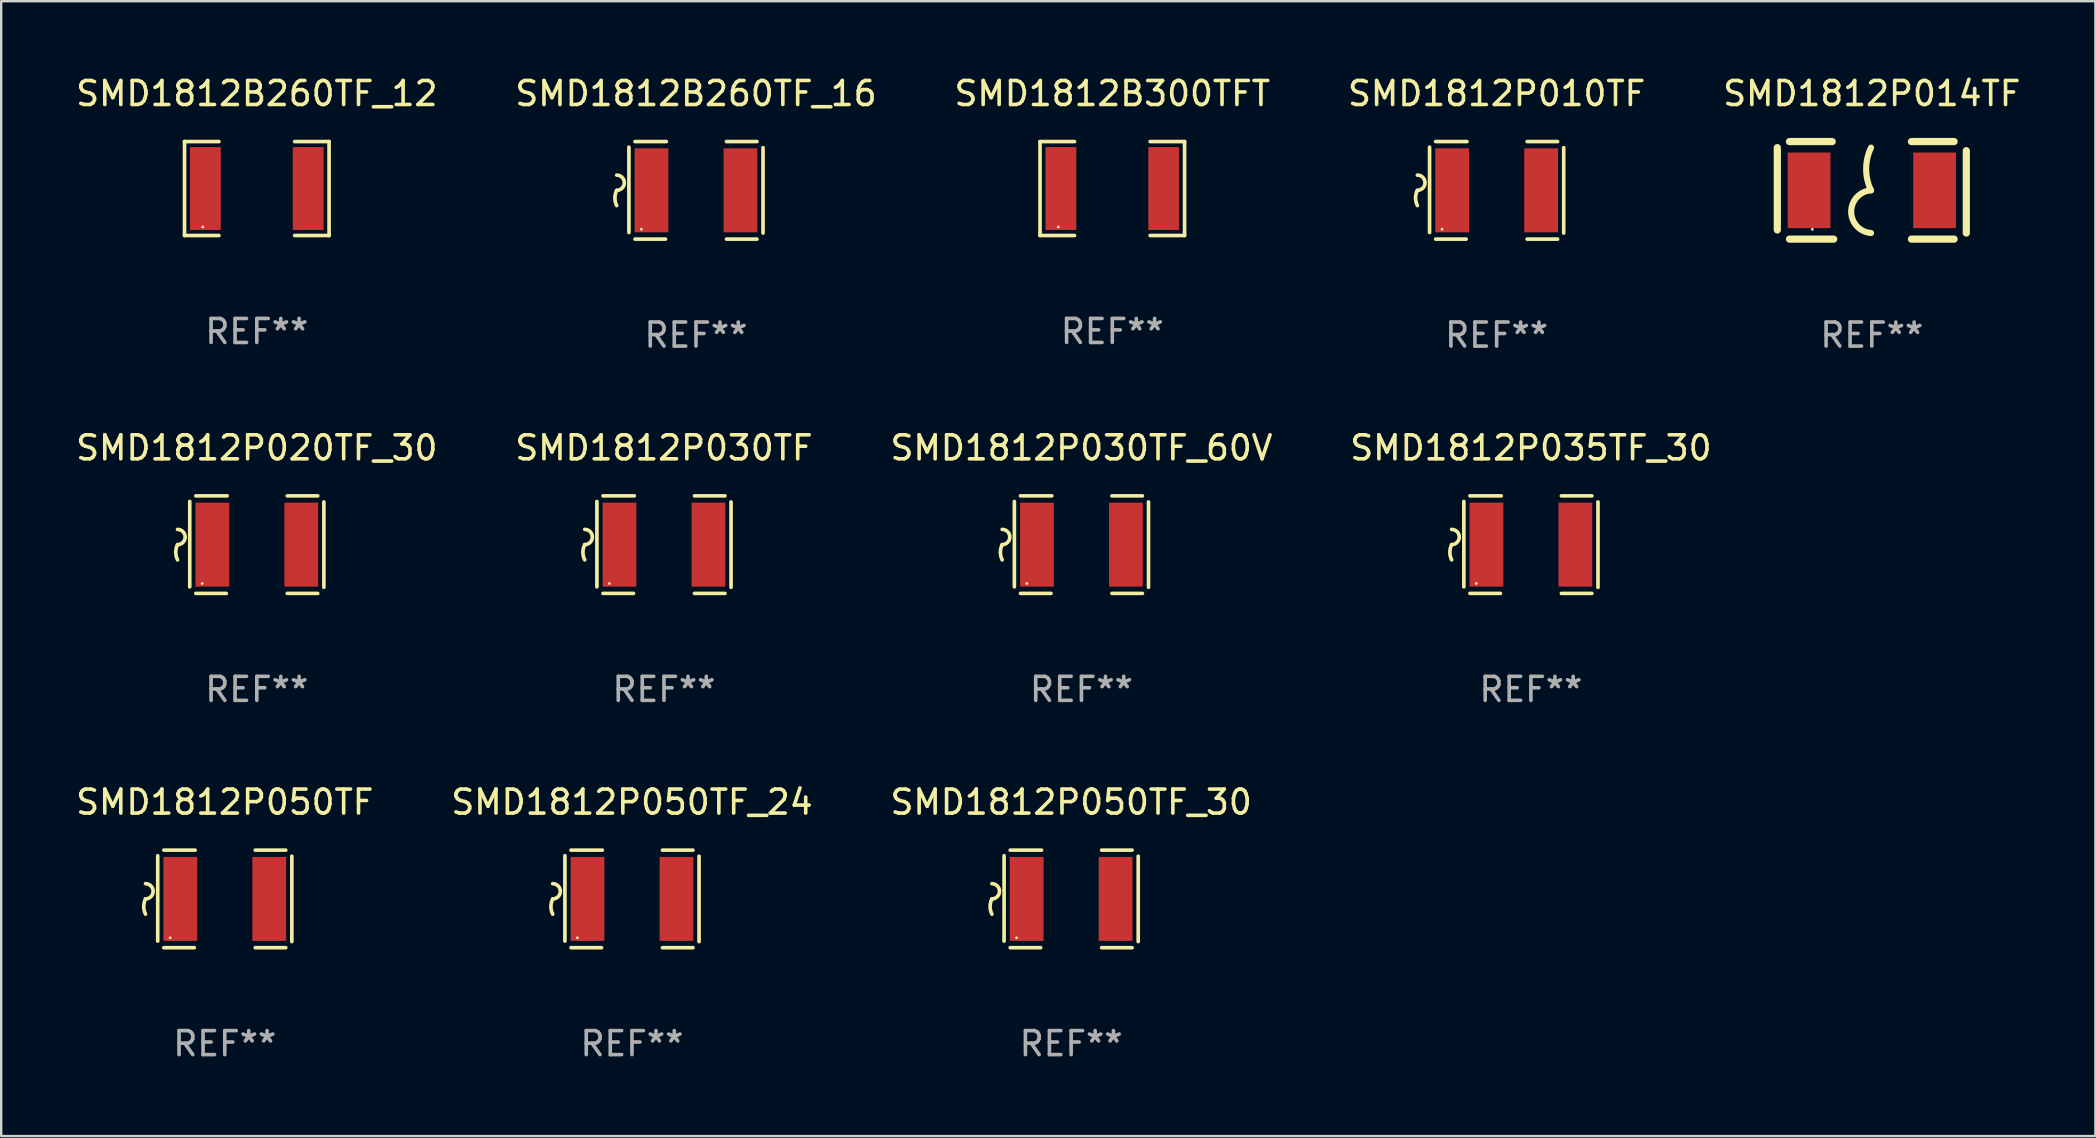
<source format=kicad_pcb>
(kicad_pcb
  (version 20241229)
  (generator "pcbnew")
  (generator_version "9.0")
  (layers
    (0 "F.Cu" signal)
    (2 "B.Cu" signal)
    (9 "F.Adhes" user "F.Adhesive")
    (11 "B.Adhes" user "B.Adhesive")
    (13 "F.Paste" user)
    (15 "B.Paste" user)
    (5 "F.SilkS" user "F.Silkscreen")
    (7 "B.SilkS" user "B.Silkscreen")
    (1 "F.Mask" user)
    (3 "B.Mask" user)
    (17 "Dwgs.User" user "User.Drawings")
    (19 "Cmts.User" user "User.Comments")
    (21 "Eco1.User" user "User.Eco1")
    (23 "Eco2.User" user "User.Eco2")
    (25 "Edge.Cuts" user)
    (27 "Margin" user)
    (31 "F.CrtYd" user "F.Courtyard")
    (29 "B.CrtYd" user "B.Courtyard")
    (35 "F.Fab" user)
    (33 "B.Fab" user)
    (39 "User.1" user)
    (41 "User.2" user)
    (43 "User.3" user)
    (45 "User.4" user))
  (footprint "SMD1812P030TF_60V"
    (layer "F.Cu")
    (at 42.006 19.641)
    (property "Reference" "SMD1812P030TF_60V" (at 0 -4.032 0) (layer "F.SilkS") (effects (font (size 1 1) (thickness 0.15))))
    (attr through_hole)
    (fp_line (start -2.794 -1.798) (end -2.794 1.758) (stroke (width 0.152) (type solid)) (layer "F.SilkS"))
    (fp_line (start -2.54 -2.032) (end -1.235 -2.032) (stroke (width 0.152) (type solid)) (layer "F.SilkS"))
    (fp_line (start -1.27 2.032) (end -2.54 2.032) (stroke (width 0.152) (type solid)) (layer "F.SilkS"))
    (fp_line (start 1.27 2.032) (end 2.54 2.032) (stroke (width 0.152) (type solid)) (layer "F.SilkS"))
    (fp_line (start 2.54 -2.032) (end 1.27 -2.032) (stroke (width 0.152) (type solid)) (layer "F.SilkS"))
    (fp_line (start 2.794 -1.778) (end 2.794 1.778) (stroke (width 0.152) (type solid)) (layer "F.SilkS"))
    (fp_arc (start -3.302007 -0.635002) (mid -2.984506 -0.317501) (end -3.302007 0) (stroke (width 0.151994) (type solid)) (layer "F.SilkS"))
    (fp_arc (start -3.302007 0.635002) (mid -3.376959 0.317501) (end -3.302007 0) (stroke (width 0.151994) (type solid)) (layer "F.SilkS"))
    (fp_circle (center -2.275 1.62) (end -2.245 1.62) (stroke (width 0.06) (type solid)) (fill no) (layer "F.SilkS"))
    (fp_text user "REF**" (at 0 6.032 0) (layer "F.Fab") (effects (font (size 1 1) (thickness 0.15))))
    (pad "1" smd rect (at -1.853 0) (size 1.407 3.499) (layers "F.Cu" "F.Mask" "F.Paste"))
    (pad "2" smd rect (at 1.853 0) (size 1.407 3.499) (layers "F.Cu" "F.Mask" "F.Paste")))
  (footprint "SMD1812P020TF_30"
    (layer "F.Cu")
    (at 7.649 19.641)
    (property "Reference" "SMD1812P020TF_30" (at 0 -4.032 0) (layer "F.SilkS") (effects (font (size 1 1) (thickness 0.15))))
    (attr through_hole)
    (fp_line (start -2.794 -1.798) (end -2.794 1.758) (stroke (width 0.152) (type solid)) (layer "F.SilkS"))
    (fp_line (start -2.54 -2.032) (end -1.235 -2.032) (stroke (width 0.152) (type solid)) (layer "F.SilkS"))
    (fp_line (start -1.27 2.032) (end -2.54 2.032) (stroke (width 0.152) (type solid)) (layer "F.SilkS"))
    (fp_line (start 1.27 2.032) (end 2.54 2.032) (stroke (width 0.152) (type solid)) (layer "F.SilkS"))
    (fp_line (start 2.54 -2.032) (end 1.27 -2.032) (stroke (width 0.152) (type solid)) (layer "F.SilkS"))
    (fp_line (start 2.794 -1.778) (end 2.794 1.778) (stroke (width 0.152) (type solid)) (layer "F.SilkS"))
    (fp_arc (start -3.302007 -0.635002) (mid -2.984506 -0.317501) (end -3.302007 0) (stroke (width 0.151994) (type solid)) (layer "F.SilkS"))
    (fp_arc (start -3.302007 0.635002) (mid -3.376959 0.317501) (end -3.302007 0) (stroke (width 0.151994) (type solid)) (layer "F.SilkS"))
    (fp_circle (center -2.275 1.62) (end -2.245 1.62) (stroke (width 0.06) (type solid)) (fill no) (layer "F.SilkS"))
    (fp_text user "REF**" (at 0 6.032 0) (layer "F.Fab") (effects (font (size 1 1) (thickness 0.15))))
    (pad "1" smd rect (at -1.853 0) (size 1.407 3.499) (layers "F.Cu" "F.Mask" "F.Paste"))
    (pad "2" smd rect (at 1.853 0) (size 1.407 3.499) (layers "F.Cu" "F.Mask" "F.Paste")))
  (footprint "SMD1812P010TF"
    (layer "F.Cu")
    (at 59.304 4.88)
    (property "Reference" "SMD1812P010TF" (at 0 -4.032 0) (layer "F.SilkS") (effects (font (size 1 1) (thickness 0.15))))
    (attr through_hole)
    (fp_line (start -2.794 -1.798) (end -2.794 1.758) (stroke (width 0.152) (type solid)) (layer "F.SilkS"))
    (fp_line (start -2.54 -2.032) (end -1.235 -2.032) (stroke (width 0.152) (type solid)) (layer "F.SilkS"))
    (fp_line (start -1.27 2.032) (end -2.54 2.032) (stroke (width 0.152) (type solid)) (layer "F.SilkS"))
    (fp_line (start 1.27 2.032) (end 2.54 2.032) (stroke (width 0.152) (type solid)) (layer "F.SilkS"))
    (fp_line (start 2.54 -2.032) (end 1.27 -2.032) (stroke (width 0.152) (type solid)) (layer "F.SilkS"))
    (fp_line (start 2.794 -1.778) (end 2.794 1.778) (stroke (width 0.152) (type solid)) (layer "F.SilkS"))
    (fp_arc (start -3.302007 -0.635002) (mid -2.984506 -0.317501) (end -3.302007 0) (stroke (width 0.151994) (type solid)) (layer "F.SilkS"))
    (fp_arc (start -3.302007 0.635002) (mid -3.376959 0.317501) (end -3.302007 0) (stroke (width 0.151994) (type solid)) (layer "F.SilkS"))
    (fp_circle (center -2.275 1.62) (end -2.245 1.62) (stroke (width 0.06) (type solid)) (fill no) (layer "F.SilkS"))
    (fp_text user "REF**" (at 0 6.032 0) (layer "F.Fab") (effects (font (size 1 1) (thickness 0.15))))
    (pad "1" smd rect (at -1.853 0) (size 1.407 3.499) (layers "F.Cu" "F.Mask" "F.Paste"))
    (pad "2" smd rect (at 1.853 0) (size 1.407 3.499) (layers "F.Cu" "F.Mask" "F.Paste")))
  (footprint "SMD1812P050TF"
    (layer "F.Cu")
    (at 6.315 34.401)
    (property "Reference" "SMD1812P050TF" (at 0 -4.032 0) (layer "F.SilkS") (effects (font (size 1 1) (thickness 0.15))))
    (attr through_hole)
    (fp_line (start -2.794 -1.798) (end -2.794 1.758) (stroke (width 0.152) (type solid)) (layer "F.SilkS"))
    (fp_line (start -2.54 -2.032) (end -1.235 -2.032) (stroke (width 0.152) (type solid)) (layer "F.SilkS"))
    (fp_line (start -1.27 2.032) (end -2.54 2.032) (stroke (width 0.152) (type solid)) (layer "F.SilkS"))
    (fp_line (start 1.27 2.032) (end 2.54 2.032) (stroke (width 0.152) (type solid)) (layer "F.SilkS"))
    (fp_line (start 2.54 -2.032) (end 1.27 -2.032) (stroke (width 0.152) (type solid)) (layer "F.SilkS"))
    (fp_line (start 2.794 -1.778) (end 2.794 1.778) (stroke (width 0.152) (type solid)) (layer "F.SilkS"))
    (fp_arc (start -3.302007 -0.635002) (mid -2.984506 -0.317501) (end -3.302007 0) (stroke (width 0.151994) (type solid)) (layer "F.SilkS"))
    (fp_arc (start -3.302007 0.635002) (mid -3.376959 0.317501) (end -3.302007 0) (stroke (width 0.151994) (type solid)) (layer "F.SilkS"))
    (fp_circle (center -2.275 1.62) (end -2.245 1.62) (stroke (width 0.06) (type solid)) (fill no) (layer "F.SilkS"))
    (fp_text user "REF**" (at 0 6.032 0) (layer "F.Fab") (effects (font (size 1 1) (thickness 0.15))))
    (pad "1" smd rect (at -1.853 0) (size 1.407 3.499) (layers "F.Cu" "F.Mask" "F.Paste"))
    (pad "2" smd rect (at 1.853 0) (size 1.407 3.499) (layers "F.Cu" "F.Mask" "F.Paste")))
  (footprint "SMD1812B260TF_12"
    (layer "F.Cu")
    (at 7.649 4.805)
    (property "Reference" "SMD1812B260TF_12" (at 0 -3.957 0) (layer "F.SilkS") (effects (font (size 1 1) (thickness 0.15))))
    (attr through_hole)
    (fp_line (start -3.011 -1.957) (end -1.576 -1.957) (stroke (width 0.152) (type solid)) (layer "F.SilkS"))
    (fp_line (start -3.011 1.957) (end -3.011 -1.957) (stroke (width 0.152) (type solid)) (layer "F.SilkS"))
    (fp_line (start -1.576 1.957) (end -3.011 1.957) (stroke (width 0.152) (type solid)) (layer "F.SilkS"))
    (fp_line (start 1.576 1.957) (end 3.011 1.957) (stroke (width 0.152) (type solid)) (layer "F.SilkS"))
    (fp_line (start 3.011 -1.957) (end 1.576 -1.957) (stroke (width 0.152) (type solid)) (layer "F.SilkS"))
    (fp_line (start 3.011 1.957) (end 3.011 -1.957) (stroke (width 0.152) (type solid)) (layer "F.SilkS"))
    (fp_circle (center -2.25 1.6) (end -2.22 1.6) (stroke (width 0.06) (type solid)) (fill no) (layer "F.SilkS"))
    (fp_text user "REF**" (at 0 5.957 0) (layer "F.Fab") (effects (font (size 1 1) (thickness 0.15))))
    (pad "1" smd rect (at -2.141 0) (size 1.283 3.456) (layers "F.Cu" "F.Mask" "F.Paste"))
    (pad "2" smd rect (at 2.141 0) (size 1.283 3.456) (layers "F.Cu" "F.Mask" "F.Paste")))
  (footprint "SMD1812P050TF_30"
    (layer "F.Cu")
    (at 41.577 34.401)
    (property "Reference" "SMD1812P050TF_30" (at 0 -4.032 0) (layer "F.SilkS") (effects (font (size 1 1) (thickness 0.15))))
    (attr through_hole)
    (fp_line (start -2.794 -1.798) (end -2.794 1.758) (stroke (width 0.152) (type solid)) (layer "F.SilkS"))
    (fp_line (start -2.54 -2.032) (end -1.235 -2.032) (stroke (width 0.152) (type solid)) (layer "F.SilkS"))
    (fp_line (start -1.27 2.032) (end -2.54 2.032) (stroke (width 0.152) (type solid)) (layer "F.SilkS"))
    (fp_line (start 1.27 2.032) (end 2.54 2.032) (stroke (width 0.152) (type solid)) (layer "F.SilkS"))
    (fp_line (start 2.54 -2.032) (end 1.27 -2.032) (stroke (width 0.152) (type solid)) (layer "F.SilkS"))
    (fp_line (start 2.794 -1.778) (end 2.794 1.778) (stroke (width 0.152) (type solid)) (layer "F.SilkS"))
    (fp_arc (start -3.302007 -0.635002) (mid -2.984506 -0.317501) (end -3.302007 0) (stroke (width 0.151994) (type solid)) (layer "F.SilkS"))
    (fp_arc (start -3.302007 0.635002) (mid -3.376959 0.317501) (end -3.302007 0) (stroke (width 0.151994) (type solid)) (layer "F.SilkS"))
    (fp_circle (center -2.275 1.62) (end -2.245 1.62) (stroke (width 0.06) (type solid)) (fill no) (layer "F.SilkS"))
    (fp_text user "REF**" (at 0 6.032 0) (layer "F.Fab") (effects (font (size 1 1) (thickness 0.15))))
    (pad "1" smd rect (at -1.853 0) (size 1.407 3.499) (layers "F.Cu" "F.Mask" "F.Paste"))
    (pad "2" smd rect (at 1.853 0) (size 1.407 3.499) (layers "F.Cu" "F.Mask" "F.Paste")))
  (footprint "SMD1812P014TF"
    (layer "F.Cu")
    (at 74.935 4.88)
    (property "Reference" "SMD1812P014TF" (at 0 -4.032 0) (layer "F.SilkS") (effects (font (size 1 1) (thickness 0.15))))
    (attr through_hole)
    (fp_line (start -3.937 -1.778) (end -3.937 1.651) (stroke (width 0.3) (type solid)) (layer "F.SilkS"))
    (fp_line (start -3.429 2.032) (end -1.588 2.032) (stroke (width 0.3) (type solid)) (layer "F.SilkS"))
    (fp_line (start -1.651 -2.032) (end -3.429 -2.032) (stroke (width 0.3) (type solid)) (layer "F.SilkS"))
    (fp_line (start 1.651 2.032) (end 3.429 2.032) (stroke (width 0.3) (type solid)) (layer "F.SilkS"))
    (fp_line (start 3.429 -2.032) (end 1.651 -2.032) (stroke (width 0.3) (type solid)) (layer "F.SilkS"))
    (fp_line (start 3.937 1.778) (end 3.937 -1.651) (stroke (width 0.3) (type solid)) (layer "F.SilkS"))
    (fp_arc (start -0.033147 -0.000001) (mid -0.236293 -0.889002) (end -0.033147 -1.778004) (stroke (width 0.254001) (type solid)) (layer "F.SilkS"))
    (fp_arc (start -0.033147 1.778004) (mid -0.858935 0.889002) (end -0.033146 0) (stroke (width 0.254001) (type solid)) (layer "F.SilkS"))
    (fp_circle (center -2.479 1.625) (end -2.449 1.625) (stroke (width 0.06) (type solid)) (fill no) (layer "F.SilkS"))
    (fp_text user "REF**" (at 0 6.032 0) (layer "F.Fab") (effects (font (size 1 1) (thickness 0.15))))
    (pad "1" smd rect (at -2.615 0) (size 1.78 3.15) (layers "F.Cu" "F.Mask" "F.Paste"))
    (pad "2" smd rect (at 2.615 0) (size 1.78 3.15) (layers "F.Cu" "F.Mask" "F.Paste")))
  (footprint "SMD1812B260TF_16"
    (layer "F.Cu")
    (at 25.946 4.88)
    (property "Reference" "SMD1812B260TF_16" (at 0 -4.032 0) (layer "F.SilkS") (effects (font (size 1 1) (thickness 0.15))))
    (attr through_hole)
    (fp_line (start -2.794 -1.798) (end -2.794 1.758) (stroke (width 0.152) (type solid)) (layer "F.SilkS"))
    (fp_line (start -2.54 -2.032) (end -1.235 -2.032) (stroke (width 0.152) (type solid)) (layer "F.SilkS"))
    (fp_line (start -1.27 2.032) (end -2.54 2.032) (stroke (width 0.152) (type solid)) (layer "F.SilkS"))
    (fp_line (start 1.27 2.032) (end 2.54 2.032) (stroke (width 0.152) (type solid)) (layer "F.SilkS"))
    (fp_line (start 2.54 -2.032) (end 1.27 -2.032) (stroke (width 0.152) (type solid)) (layer "F.SilkS"))
    (fp_line (start 2.794 -1.778) (end 2.794 1.778) (stroke (width 0.152) (type solid)) (layer "F.SilkS"))
    (fp_arc (start -3.302007 -0.635002) (mid -2.984506 -0.317501) (end -3.302007 0) (stroke (width 0.151994) (type solid)) (layer "F.SilkS"))
    (fp_arc (start -3.302007 0.635002) (mid -3.376959 0.317501) (end -3.302007 0) (stroke (width 0.151994) (type solid)) (layer "F.SilkS"))
    (fp_circle (center -2.275 1.62) (end -2.245 1.62) (stroke (width 0.06) (type solid)) (fill no) (layer "F.SilkS"))
    (fp_text user "REF**" (at 0 6.032 0) (layer "F.Fab") (effects (font (size 1 1) (thickness 0.15))))
    (pad "1" smd rect (at -1.853 0) (size 1.407 3.499) (layers "F.Cu" "F.Mask" "F.Paste"))
    (pad "2" smd rect (at 1.853 0) (size 1.407 3.499) (layers "F.Cu" "F.Mask" "F.Paste")))
  (footprint "SMD1812P050TF_24"
    (layer "F.Cu")
    (at 23.28 34.401)
    (property "Reference" "SMD1812P050TF_24" (at 0 -4.032 0) (layer "F.SilkS") (effects (font (size 1 1) (thickness 0.15))))
    (attr through_hole)
    (fp_line (start -2.794 -1.798) (end -2.794 1.758) (stroke (width 0.152) (type solid)) (layer "F.SilkS"))
    (fp_line (start -2.54 -2.032) (end -1.235 -2.032) (stroke (width 0.152) (type solid)) (layer "F.SilkS"))
    (fp_line (start -1.27 2.032) (end -2.54 2.032) (stroke (width 0.152) (type solid)) (layer "F.SilkS"))
    (fp_line (start 1.27 2.032) (end 2.54 2.032) (stroke (width 0.152) (type solid)) (layer "F.SilkS"))
    (fp_line (start 2.54 -2.032) (end 1.27 -2.032) (stroke (width 0.152) (type solid)) (layer "F.SilkS"))
    (fp_line (start 2.794 -1.778) (end 2.794 1.778) (stroke (width 0.152) (type solid)) (layer "F.SilkS"))
    (fp_arc (start -3.302007 -0.635002) (mid -2.984506 -0.317501) (end -3.302007 0) (stroke (width 0.151994) (type solid)) (layer "F.SilkS"))
    (fp_arc (start -3.302007 0.635002) (mid -3.376959 0.317501) (end -3.302007 0) (stroke (width 0.151994) (type solid)) (layer "F.SilkS"))
    (fp_circle (center -2.275 1.62) (end -2.245 1.62) (stroke (width 0.06) (type solid)) (fill no) (layer "F.SilkS"))
    (fp_text user "REF**" (at 0 6.032 0) (layer "F.Fab") (effects (font (size 1 1) (thickness 0.15))))
    (pad "1" smd rect (at -1.853 0) (size 1.407 3.499) (layers "F.Cu" "F.Mask" "F.Paste"))
    (pad "2" smd rect (at 1.853 0) (size 1.407 3.499) (layers "F.Cu" "F.Mask" "F.Paste")))
  (footprint "SMD1812P030TF"
    (layer "F.Cu")
    (at 24.613 19.641)
    (property "Reference" "SMD1812P030TF" (at 0 -4.032 0) (layer "F.SilkS") (effects (font (size 1 1) (thickness 0.15))))
    (attr through_hole)
    (fp_line (start -2.794 -1.798) (end -2.794 1.758) (stroke (width 0.152) (type solid)) (layer "F.SilkS"))
    (fp_line (start -2.54 -2.032) (end -1.235 -2.032) (stroke (width 0.152) (type solid)) (layer "F.SilkS"))
    (fp_line (start -1.27 2.032) (end -2.54 2.032) (stroke (width 0.152) (type solid)) (layer "F.SilkS"))
    (fp_line (start 1.27 2.032) (end 2.54 2.032) (stroke (width 0.152) (type solid)) (layer "F.SilkS"))
    (fp_line (start 2.54 -2.032) (end 1.27 -2.032) (stroke (width 0.152) (type solid)) (layer "F.SilkS"))
    (fp_line (start 2.794 -1.778) (end 2.794 1.778) (stroke (width 0.152) (type solid)) (layer "F.SilkS"))
    (fp_arc (start -3.302007 -0.635002) (mid -2.984506 -0.317501) (end -3.302007 0) (stroke (width 0.151994) (type solid)) (layer "F.SilkS"))
    (fp_arc (start -3.302007 0.635002) (mid -3.376959 0.317501) (end -3.302007 0) (stroke (width 0.151994) (type solid)) (layer "F.SilkS"))
    (fp_circle (center -2.275 1.62) (end -2.245 1.62) (stroke (width 0.06) (type solid)) (fill no) (layer "F.SilkS"))
    (fp_text user "REF**" (at 0 6.032 0) (layer "F.Fab") (effects (font (size 1 1) (thickness 0.15))))
    (pad "1" smd rect (at -1.853 0) (size 1.407 3.499) (layers "F.Cu" "F.Mask" "F.Paste"))
    (pad "2" smd rect (at 1.853 0) (size 1.407 3.499) (layers "F.Cu" "F.Mask" "F.Paste")))
  (footprint "SMD1812B300TFT"
    (layer "F.Cu")
    (at 43.292 4.805)
    (property "Reference" "SMD1812B300TFT" (at 0 -3.957 0) (layer "F.SilkS") (effects (font (size 1 1) (thickness 0.15))))
    (attr through_hole)
    (fp_line (start -3.011 -1.957) (end -1.576 -1.957) (stroke (width 0.152) (type solid)) (layer "F.SilkS"))
    (fp_line (start -3.011 1.957) (end -3.011 -1.957) (stroke (width 0.152) (type solid)) (layer "F.SilkS"))
    (fp_line (start -1.576 1.957) (end -3.011 1.957) (stroke (width 0.152) (type solid)) (layer "F.SilkS"))
    (fp_line (start 1.576 1.957) (end 3.011 1.957) (stroke (width 0.152) (type solid)) (layer "F.SilkS"))
    (fp_line (start 3.011 -1.957) (end 1.576 -1.957) (stroke (width 0.152) (type solid)) (layer "F.SilkS"))
    (fp_line (start 3.011 1.957) (end 3.011 -1.957) (stroke (width 0.152) (type solid)) (layer "F.SilkS"))
    (fp_circle (center -2.25 1.6) (end -2.22 1.6) (stroke (width 0.06) (type solid)) (fill no) (layer "F.SilkS"))
    (fp_text user "REF**" (at 0 5.957 0) (layer "F.Fab") (effects (font (size 1 1) (thickness 0.15))))
    (pad "1" smd rect (at -2.141 0) (size 1.283 3.456) (layers "F.Cu" "F.Mask" "F.Paste"))
    (pad "2" smd rect (at 2.141 0) (size 1.283 3.456) (layers "F.Cu" "F.Mask" "F.Paste")))
  (footprint "SMD1812P035TF_30"
    (layer "F.Cu")
    (at 60.732 19.641)
    (property "Reference" "SMD1812P035TF_30" (at 0 -4.032 0) (layer "F.SilkS") (effects (font (size 1 1) (thickness 0.15))))
    (attr through_hole)
    (fp_line (start -2.794 -1.798) (end -2.794 1.758) (stroke (width 0.152) (type solid)) (layer "F.SilkS"))
    (fp_line (start -2.54 -2.032) (end -1.235 -2.032) (stroke (width 0.152) (type solid)) (layer "F.SilkS"))
    (fp_line (start -1.27 2.032) (end -2.54 2.032) (stroke (width 0.152) (type solid)) (layer "F.SilkS"))
    (fp_line (start 1.27 2.032) (end 2.54 2.032) (stroke (width 0.152) (type solid)) (layer "F.SilkS"))
    (fp_line (start 2.54 -2.032) (end 1.27 -2.032) (stroke (width 0.152) (type solid)) (layer "F.SilkS"))
    (fp_line (start 2.794 -1.778) (end 2.794 1.778) (stroke (width 0.152) (type solid)) (layer "F.SilkS"))
    (fp_arc (start -3.302007 -0.635002) (mid -2.984506 -0.317501) (end -3.302007 0) (stroke (width 0.151994) (type solid)) (layer "F.SilkS"))
    (fp_arc (start -3.302007 0.635002) (mid -3.376959 0.317501) (end -3.302007 0) (stroke (width 0.151994) (type solid)) (layer "F.SilkS"))
    (fp_circle (center -2.275 1.62) (end -2.245 1.62) (stroke (width 0.06) (type solid)) (fill no) (layer "F.SilkS"))
    (fp_text user "REF**" (at 0 6.032 0) (layer "F.Fab") (effects (font (size 1 1) (thickness 0.15))))
    (pad "1" smd rect (at -1.853 0) (size 1.407 3.499) (layers "F.Cu" "F.Mask" "F.Paste"))
    (pad "2" smd rect (at 1.853 0) (size 1.407 3.499) (layers "F.Cu" "F.Mask" "F.Paste")))
  (gr_rect
    (start -3 -3)
    (end 84.25 44.282)
    (stroke (width 0.1) (type default))
    (fill no)
    (layer "Edge.Cuts")))
</source>
